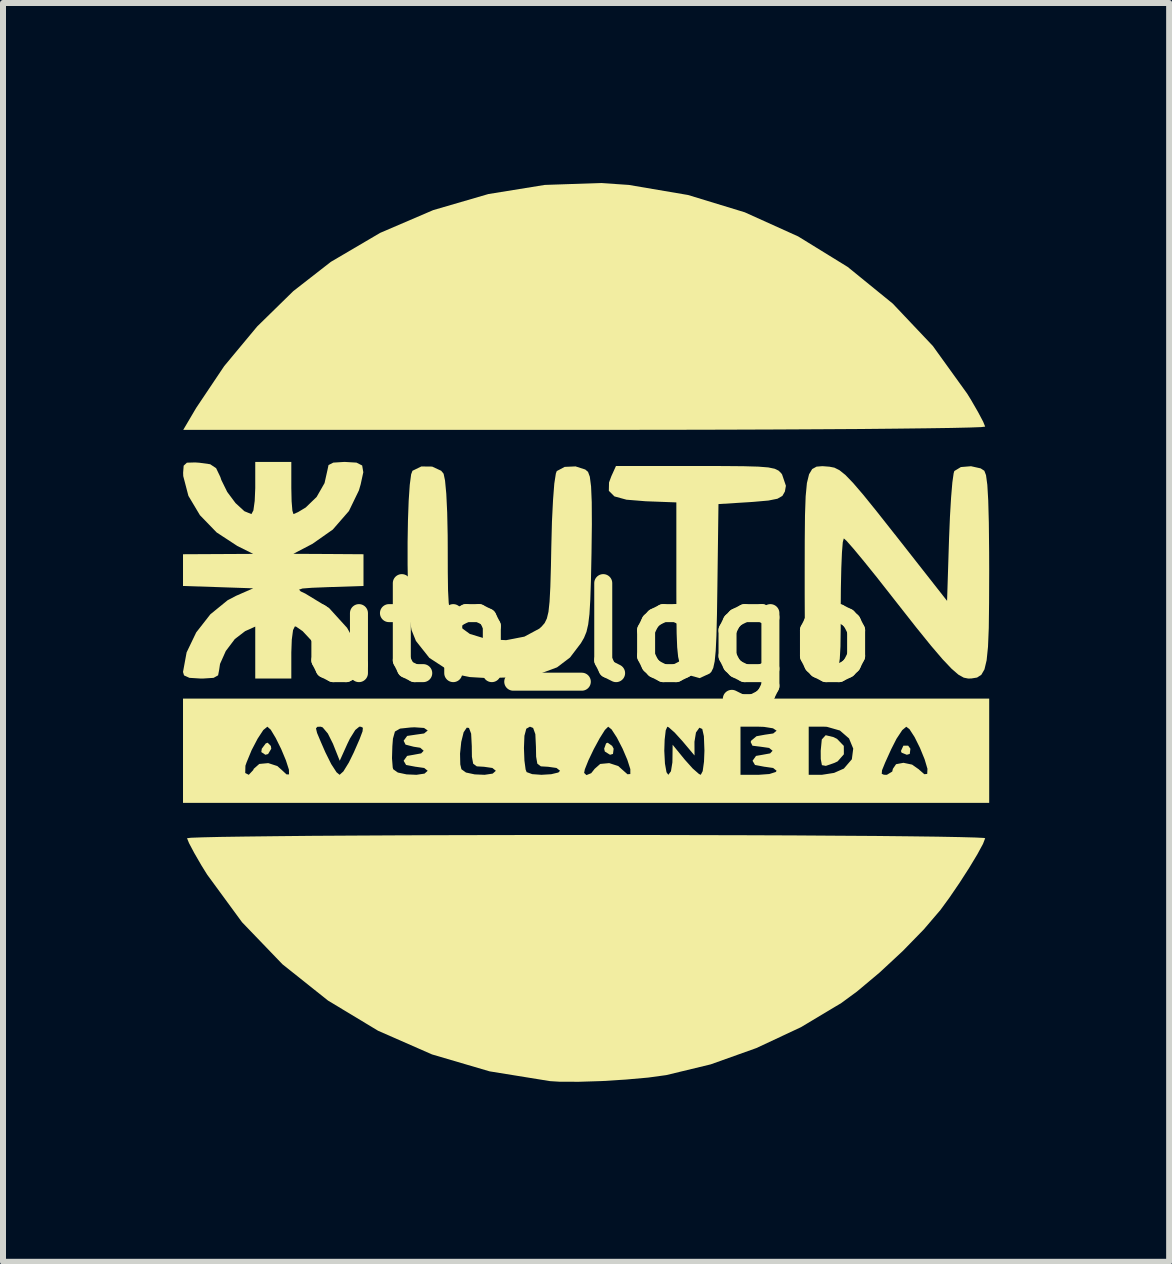
<source format=kicad_pcb>
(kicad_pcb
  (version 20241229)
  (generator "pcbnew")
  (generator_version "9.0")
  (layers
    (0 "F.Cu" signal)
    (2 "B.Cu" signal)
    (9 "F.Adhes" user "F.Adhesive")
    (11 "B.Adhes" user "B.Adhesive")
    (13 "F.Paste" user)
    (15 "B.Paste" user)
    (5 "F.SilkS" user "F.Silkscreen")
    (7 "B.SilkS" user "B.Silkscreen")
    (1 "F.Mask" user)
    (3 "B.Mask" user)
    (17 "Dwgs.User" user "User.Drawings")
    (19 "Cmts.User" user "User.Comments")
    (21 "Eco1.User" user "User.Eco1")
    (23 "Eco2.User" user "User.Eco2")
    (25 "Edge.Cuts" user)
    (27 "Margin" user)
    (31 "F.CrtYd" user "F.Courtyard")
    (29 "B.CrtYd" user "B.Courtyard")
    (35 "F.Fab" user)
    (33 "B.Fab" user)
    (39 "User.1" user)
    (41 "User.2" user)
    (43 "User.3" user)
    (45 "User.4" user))
  (footprint "utn_logo"
    (layer "F.Cu")
    (at 6.718 7.49)
    (property "Reference" "utn_logo" (at 0 0 0) (layer "F.SilkS") (effects (font (size 1.5 1.5) (thickness 0.3))))
    (attr board_only exclude_from_pos_files exclude_from_bom)
    (fp_poly (pts (xy 5.367 1.887) (xy 5.405 1.939) (xy 5.394 2.025) (xy 5.345 2.039) (xy 5.258 2.004) (xy 5.247 1.976) (xy 5.288 1.887)) (stroke (width 0) (type solid)) (fill yes) (layer "F.SilkS"))
    (fp_poly (pts (xy -5.254 1.892) (xy -5.247 1.938) (xy -5.3 2.027) (xy -5.345 2.039) (xy -5.413 1.994) (xy -5.405 1.938) (xy -5.339 1.85) (xy -5.307 1.838)) (stroke (width 0) (type solid)) (fill yes) (layer "F.SilkS"))
    (fp_poly (pts (xy 0.434 1.891) (xy 0.459 1.938) (xy 0.448 2.025) (xy 0.399 2.039) (xy 0.312 1.985) (xy 0.301 1.938) (xy 0.333 1.849) (xy 0.36 1.838)) (stroke (width 0) (type solid)) (fill yes) (layer "F.SilkS"))
    (fp_poly (pts (xy 4.124 1.745) (xy 4.182 1.774) (xy 4.295 1.891) (xy 4.296 2.031) (xy 4.192 2.149) (xy 4.14 2.174) (xy 3.996 2.224) (xy 3.93 2.212) (xy 3.911 2.11) (xy 3.91 1.972) (xy 3.928 1.784) (xy 3.993 1.713)) (stroke (width 0) (type solid)) (fill yes) (layer "F.SilkS"))
    (fp_poly (pts (xy 0.712 -7.458) (xy 1.7 -7.29) (xy 2.644 -7.002) (xy 3.534 -6.6) (xy 4.36 -6.091) (xy 5.111 -5.48) (xy 5.778 -4.775) (xy 6.35 -3.981) (xy 6.412 -3.881) (xy 6.531 -3.675) (xy 6.617 -3.513) (xy 6.651 -3.43) (xy 6.651 -3.43) (xy 6.585 -3.422) (xy 6.395 -3.415) (xy 6.089 -3.408) (xy 5.677 -3.402) (xy 5.166 -3.396) (xy 4.567 -3.39) (xy 3.887 -3.386) (xy 3.137 -3.382) (xy 2.324 -3.379) (xy 1.458 -3.377) (xy 0.548 -3.376) (xy -0.032 -3.376) (xy -6.714 -3.376) (xy -6.499 -3.741) (xy -6.031 -4.439) (xy -5.482 -5.099) (xy -4.879 -5.689) (xy -4.254 -6.176) (xy -3.432 -6.659) (xy -2.549 -7.038) (xy -1.629 -7.306) (xy -0.69 -7.458) (xy 0.245 -7.49)) (stroke (width 0) (type solid)) (fill yes) (layer "F.SilkS"))
    (fp_poly (pts (xy 2.288 -2.773) (xy 2.627 -2.77) (xy 2.871 -2.763) (xy 3.036 -2.75) (xy 3.142 -2.728) (xy 3.207 -2.697) (xy 3.25 -2.655) (xy 3.266 -2.633) (xy 3.33 -2.444) (xy 3.313 -2.348) (xy 3.271 -2.275) (xy 3.189 -2.228) (xy 3.039 -2.198) (xy 2.79 -2.176) (xy 2.733 -2.172) (xy 2.206 -2.139) (xy 2.188 -0.769) (xy 2.181 -0.3) (xy 2.172 0.053) (xy 2.16 0.308) (xy 2.143 0.482) (xy 2.119 0.592) (xy 2.087 0.657) (xy 2.059 0.685) (xy 1.892 0.762) (xy 1.736 0.718) (xy 1.638 0.635) (xy 1.592 0.581) (xy 1.558 0.511) (xy 1.534 0.407) (xy 1.518 0.248) (xy 1.509 0.016) (xy 1.505 -0.308) (xy 1.504 -0.744) (xy 1.504 -0.833) (xy 1.504 -2.167) (xy 0.993 -2.186) (xy 0.673 -2.212) (xy 0.472 -2.267) (xy 0.379 -2.36) (xy 0.382 -2.499) (xy 0.42 -2.602) (xy 0.498 -2.774) (xy 1.833 -2.774)) (stroke (width 0) (type solid)) (fill yes) (layer "F.SilkS"))
    (fp_poly (pts (xy 0.93 3.376) (xy 1.822 3.378) (xy 2.666 3.38) (xy 3.454 3.383) (xy 4.176 3.388) (xy 4.823 3.392) (xy 5.387 3.398) (xy 5.859 3.404) (xy 6.228 3.411) (xy 6.488 3.418) (xy 6.628 3.425) (xy 6.651 3.43) (xy 6.615 3.524) (xy 6.52 3.699) (xy 6.383 3.926) (xy 6.222 4.176) (xy 6.054 4.422) (xy 5.905 4.626) (xy 5.627 4.951) (xy 5.276 5.311) (xy 4.892 5.668) (xy 4.514 5.985) (xy 4.254 6.176) (xy 3.579 6.58) (xy 2.838 6.927) (xy 2.076 7.199) (xy 1.339 7.377) (xy 1.334 7.378) (xy 1.034 7.419) (xy 0.663 7.452) (xy 0.263 7.477) (xy -0.12 7.489) (xy -0.443 7.488) (xy -0.602 7.478) (xy -1.609 7.315) (xy -2.568 7.033) (xy -3.468 6.638) (xy -4.302 6.135) (xy -5.06 5.531) (xy -5.734 4.83) (xy -6.315 4.037) (xy -6.412 3.881) (xy -6.531 3.675) (xy -6.617 3.513) (xy -6.651 3.43) (xy -6.651 3.43) (xy -6.585 3.422) (xy -6.395 3.415) (xy -6.09 3.408) (xy -5.677 3.402) (xy -5.167 3.396) (xy -4.567 3.39) (xy -3.888 3.386) (xy -3.138 3.382) (xy -2.327 3.379) (xy -1.462 3.377) (xy -0.553 3.376) (xy -0.000001 3.376)) (stroke (width 0) (type solid)) (fill yes) (layer "F.SilkS"))
    (fp_poly (pts (xy -0.014 -2.715) (xy 0.032 -2.676) (xy 0.062 -2.595) (xy 0.083 -2.431) (xy 0.094 -2.171) (xy 0.096 -1.803) (xy 0.09 -1.322) (xy 0.081 -0.879) (xy 0.07 -0.547) (xy 0.056 -0.306) (xy 0.035 -0.134) (xy 0.006 -0.009) (xy -0.035 0.091) (xy -0.087 0.18) (xy -0.268 0.418) (xy -0.484 0.582) (xy -0.761 0.685) (xy -1.127 0.739) (xy -1.369 0.753) (xy -1.7 0.758) (xy -1.937 0.744) (xy -2.116 0.708) (xy -2.273 0.646) (xy -2.612 0.425) (xy -2.836 0.142) (xy -2.909 -0.039) (xy -2.936 -0.198) (xy -2.955 -0.45) (xy -2.969 -0.769) (xy -2.975 -1.129) (xy -2.975 -1.503) (xy -2.969 -1.867) (xy -2.957 -2.194) (xy -2.939 -2.459) (xy -2.916 -2.635) (xy -2.894 -2.694) (xy -2.746 -2.766) (xy -2.566 -2.764) (xy -2.415 -2.694) (xy -2.375 -2.645) (xy -2.351 -2.532) (xy -2.33 -2.309) (xy -2.315 -1.997) (xy -2.307 -1.619) (xy -2.306 -1.412) (xy -2.305 -1.002) (xy -2.301 -0.703) (xy -2.29 -0.494) (xy -2.27 -0.352) (xy -2.239 -0.255) (xy -2.194 -0.18) (xy -2.156 -0.134) (xy -1.938 0.025) (xy -1.649 0.113) (xy -1.332 0.129) (xy -1.028 0.07) (xy -0.78 -0.063) (xy -0.742 -0.097) (xy -0.691 -0.156) (xy -0.654 -0.232) (xy -0.627 -0.344) (xy -0.609 -0.513) (xy -0.596 -0.76) (xy -0.586 -1.106) (xy -0.58 -1.421) (xy -0.569 -1.85) (xy -0.551 -2.209) (xy -0.53 -2.481) (xy -0.504 -2.648) (xy -0.489 -2.689) (xy -0.357 -2.759) (xy -0.176 -2.767)) (stroke (width 0) (type solid)) (fill yes) (layer "F.SilkS"))
    (fp_poly (pts (xy 4.056 -2.762) (xy 4.138 -2.746) (xy 4.222 -2.704) (xy 4.322 -2.624) (xy 4.45 -2.491) (xy 4.62 -2.293) (xy 4.844 -2.016) (xy 5.136 -1.646) (xy 5.147 -1.633) (xy 6.016 -0.526) (xy 6.049 -1.566) (xy 6.064 -1.93) (xy 6.083 -2.25) (xy 6.104 -2.5) (xy 6.126 -2.655) (xy 6.137 -2.69) (xy 6.246 -2.756) (xy 6.415 -2.77) (xy 6.576 -2.734) (xy 6.637 -2.694) (xy 6.665 -2.621) (xy 6.687 -2.458) (xy 6.702 -2.197) (xy 6.712 -1.826) (xy 6.717 -1.337) (xy 6.718 -1.027) (xy 6.716 -0.491) (xy 6.711 -0.073) (xy 6.698 0.241) (xy 6.675 0.465) (xy 6.639 0.616) (xy 6.587 0.706) (xy 6.516 0.752) (xy 6.424 0.767) (xy 6.37 0.769) (xy 6.294 0.754) (xy 6.205 0.704) (xy 6.091 0.605) (xy 5.942 0.448) (xy 5.748 0.221) (xy 5.498 -0.088) (xy 5.182 -0.49) (xy 5.08 -0.62) (xy 4.841 -0.924) (xy 4.629 -1.187) (xy 4.458 -1.393) (xy 4.341 -1.526) (xy 4.295 -1.567) (xy 4.278 -1.505) (xy 4.264 -1.332) (xy 4.253 -1.068) (xy 4.246 -0.737) (xy 4.244 -0.47) (xy 4.243 -0.061) (xy 4.239 0.234) (xy 4.228 0.437) (xy 4.21 0.566) (xy 4.181 0.642) (xy 4.14 0.685) (xy 4.115 0.699) (xy 3.965 0.76) (xy 3.839 0.738) (xy 3.76 0.696) (xy 3.723 0.665) (xy 3.695 0.608) (xy 3.674 0.51) (xy 3.66 0.354) (xy 3.651 0.123) (xy 3.645 -0.197) (xy 3.643 -0.623) (xy 3.643 -0.998) (xy 3.644 -1.535) (xy 3.648 -1.953) (xy 3.659 -2.266) (xy 3.68 -2.489) (xy 3.716 -2.636) (xy 3.768 -2.723) (xy 3.841 -2.763) (xy 3.938 -2.771)) (stroke (width 0) (type solid)) (fill yes) (layer "F.SilkS"))
    (fp_poly (pts (xy -4.913 -2.406) (xy -4.908 -2.185) (xy -4.895 -2.029) (xy -4.877 -1.972) (xy -4.801 -2.005) (xy -4.673 -2.082) (xy -4.491 -2.258) (xy -4.359 -2.489) (xy -4.311 -2.704) (xy -4.293 -2.789) (xy -4.214 -2.83) (xy -4.04 -2.841) (xy -4.011 -2.841) (xy -3.827 -2.83) (xy -3.732 -2.782) (xy -3.713 -2.67) (xy -3.757 -2.468) (xy -3.786 -2.368) (xy -3.953 -2.023) (xy -4.222 -1.714) (xy -4.564 -1.474) (xy -4.569 -1.472) (xy -4.879 -1.31) (xy -4.295 -1.307) (xy -3.71 -1.303) (xy -3.71 -1.039) (xy -3.71 -0.774) (xy -4.295 -0.755) (xy -4.57 -0.744) (xy -4.727 -0.732) (xy -4.784 -0.713) (xy -4.757 -0.684) (xy -4.679 -0.647) (xy -4.283 -0.406) (xy -3.984 -0.077) (xy -3.87 0.126) (xy -3.781 0.344) (xy -3.723 0.535) (xy -3.71 0.618) (xy -3.725 0.711) (xy -3.795 0.756) (xy -3.953 0.768) (xy -4.011 0.769) (xy -4.196 0.762) (xy -4.284 0.728) (xy -4.31 0.647) (xy -4.311 0.602) (xy -4.352 0.475) (xy -4.454 0.303) (xy -4.588 0.125) (xy -4.724 -0.021) (xy -4.834 -0.097) (xy -4.854 -0.1) (xy -4.884 -0.039) (xy -4.905 0.12) (xy -4.913 0.334) (xy -4.913 0.769) (xy -5.214 0.769) (xy -5.514 0.769) (xy -5.514 0.336) (xy -5.514 -0.097) (xy -5.683 -0.021) (xy -5.854 0.11) (xy -6.005 0.31) (xy -6.101 0.525) (xy -6.116 0.626) (xy -6.133 0.715) (xy -6.208 0.757) (xy -6.375 0.768) (xy -6.417 0.769) (xy -6.611 0.757) (xy -6.701 0.716) (xy -6.718 0.659) (xy -6.658 0.333) (xy -6.498 0.000031) (xy -6.262 -0.302) (xy -5.975 -0.536) (xy -5.834 -0.61) (xy -5.548 -0.735) (xy -6.133 -0.755) (xy -6.718 -0.774) (xy -6.718 -1.039) (xy -6.718 -1.303) (xy -6.133 -1.306) (xy -5.548 -1.309) (xy -5.813 -1.441) (xy -6.157 -1.666) (xy -6.436 -1.954) (xy -6.628 -2.276) (xy -6.714 -2.605) (xy -6.716 -2.661) (xy -6.707 -2.779) (xy -6.653 -2.829) (xy -6.517 -2.833) (xy -6.444 -2.828) (xy -6.265 -2.803) (xy -6.166 -2.737) (xy -6.096 -2.591) (xy -6.079 -2.54) (xy -5.981 -2.341) (xy -5.843 -2.156) (xy -5.695 -2.02) (xy -5.578 -1.972) (xy -5.545 -2.033) (xy -5.523 -2.192) (xy -5.514 -2.406) (xy -5.514 -2.841) (xy -5.214 -2.841) (xy -4.913 -2.841)) (stroke (width 0) (type solid)) (fill yes) (layer "F.SilkS"))
    (fp_poly (pts (xy 6.718 1.972) (xy 6.718 2.841) (xy -0.000001 2.841) (xy -6.718 2.841) (xy -6.718 2.343) (xy -5.681 2.343) (xy -5.622 2.373) (xy -5.548 2.294) (xy -5.539 2.273) (xy -5.447 2.192) (xy -5.297 2.178) (xy -5.146 2.227) (xy -5.076 2.289) (xy -4.993 2.366) (xy -4.951 2.366) (xy -4.953 2.287) (xy -5.003 2.132) (xy -5.082 1.943) (xy -5.173 1.759) (xy -5.256 1.621) (xy -5.281 1.599) (xy -4.502 1.599) (xy -4.484 1.675) (xy -4.42 1.827) (xy -4.346 1.997) (xy -4.248 2.194) (xy -4.159 2.331) (xy -4.108 2.373) (xy -4.045 2.316) (xy -3.955 2.17) (xy -3.919 2.097) (xy -3.235 2.097) (xy -3.223 2.25) (xy -3.215 2.28) (xy -3.138 2.335) (xy -2.992 2.366) (xy -2.827 2.373) (xy -2.693 2.353) (xy -2.64 2.306) (xy -2.698 2.259) (xy -2.838 2.239) (xy -2.841 2.239) (xy -3 2.209) (xy -3.041 2.139) (xy -2.983 2.058) (xy -2.874 2.039) (xy -2.772 2.02) (xy -2.101 2.02) (xy -2.097 2.199) (xy -2.078 2.28) (xy -2.002 2.335) (xy -1.856 2.366) (xy -1.691 2.373) (xy -1.557 2.353) (xy -1.504 2.306) (xy -1.562 2.259) (xy -1.702 2.239) (xy -1.704 2.239) (xy -1.822 2.232) (xy -1.882 2.188) (xy -1.903 2.073) (xy -1.905 1.927) (xy -1.036 1.927) (xy -1.028 2.135) (xy -1.008 2.285) (xy -0.991 2.328) (xy -0.898 2.362) (xy -0.744 2.373) (xy -0.581 2.363) (xy -0.49 2.341) (xy -0.033 2.341) (xy 0.006 2.378) (xy 0.085 2.346) (xy 0.143 2.273) (xy 0.235 2.192) (xy 0.385 2.178) (xy 0.536 2.227) (xy 0.605 2.289) (xy 0.69 2.364) (xy 0.737 2.36) (xy 0.737 2.278) (xy 0.687 2.122) (xy 0.623 1.972) (xy 1.303 1.972) (xy 1.314 2.185) (xy 1.34 2.33) (xy 1.37 2.373) (xy 1.414 2.314) (xy 1.438 2.167) (xy 1.439 2.122) (xy 1.442 1.872) (xy 1.646 2.122) (xy 1.778 2.269) (xy 1.881 2.359) (xy 1.911 2.373) (xy 1.943 2.312) (xy 1.965 2.154) (xy 1.972 1.972) (xy 2.573 1.972) (xy 2.573 2.373) (xy 2.874 2.373) (xy 3.054 2.36) (xy 3.161 2.326) (xy 3.175 2.306) (xy 3.117 2.259) (xy 2.977 2.239) (xy 2.974 2.239) (xy 2.815 2.209) (xy 2.774 2.139) (xy 2.832 2.058) (xy 2.941 2.039) (xy 3.067 2.016) (xy 3.108 1.972) (xy 3.71 1.972) (xy 3.71 2.373) (xy 3.929 2.373) (xy 4.038 2.356) (xy 4.927 2.356) (xy 4.963 2.372) (xy 5.013 2.373) (xy 5.102 2.319) (xy 5.113 2.273) (xy 5.166 2.196) (xy 5.289 2.173) (xy 5.433 2.203) (xy 5.548 2.284) (xy 5.552 2.289) (xy 5.637 2.363) (xy 5.685 2.358) (xy 5.689 2.273) (xy 5.642 2.115) (xy 5.564 1.924) (xy 5.474 1.743) (xy 5.389 1.612) (xy 5.336 1.572) (xy 5.269 1.628) (xy 5.173 1.773) (xy 5.085 1.946) (xy 4.984 2.169) (xy 4.932 2.297) (xy 4.927 2.356) (xy 4.038 2.356) (xy 4.133 2.341) (xy 4.296 2.269) (xy 4.429 2.114) (xy 4.452 1.936) (xy 4.382 1.767) (xy 4.23 1.635) (xy 4.013 1.573) (xy 3.967 1.571) (xy 3.71 1.571) (xy 3.71 1.972) (xy 3.108 1.972) (xy 3.05 1.925) (xy 2.91 1.905) (xy 2.91 1.905) (xy 2.772 1.888) (xy 2.743 1.827) (xy 2.75 1.805) (xy 2.84 1.73) (xy 2.982 1.704) (xy 3.119 1.684) (xy 3.175 1.638) (xy 3.115 1.598) (xy 2.964 1.574) (xy 2.874 1.571) (xy 2.573 1.571) (xy 2.573 1.972) (xy 1.972 1.972) (xy 1.972 1.966) (xy 1.963 1.729) (xy 1.936 1.609) (xy 1.888 1.588) (xy 1.831 1.668) (xy 1.806 1.822) (xy 1.806 1.834) (xy 1.807 2.051) (xy 1.605 1.811) (xy 1.476 1.669) (xy 1.379 1.583) (xy 1.354 1.571) (xy 1.327 1.632) (xy 1.309 1.789) (xy 1.303 1.972) (xy 0.623 1.972) (xy 0.606 1.933) (xy 0.512 1.751) (xy 0.425 1.617) (xy 0.368 1.571) (xy 0.313 1.626) (xy 0.226 1.764) (xy 0.128 1.945) (xy 0.039 2.131) (xy -0.021 2.281) (xy -0.033 2.341) (xy -0.49 2.341) (xy -0.463 2.335) (xy -0.434 2.306) (xy -0.493 2.259) (xy -0.633 2.239) (xy -0.635 2.239) (xy -0.754 2.232) (xy -0.813 2.187) (xy -0.833 2.07) (xy -0.836 1.905) (xy -0.846 1.695) (xy -0.883 1.592) (xy -0.936 1.571) (xy -0.997 1.605) (xy -1.028 1.723) (xy -1.036 1.927) (xy -1.905 1.927) (xy -1.905 1.899) (xy -1.916 1.687) (xy -1.952 1.592) (xy -1.989 1.587) (xy -2.041 1.664) (xy -2.081 1.825) (xy -2.101 2.02) (xy -2.772 2.02) (xy -2.749 2.016) (xy -2.707 1.972) (xy -2.764 1.922) (xy -2.874 1.905) (xy -3.009 1.87) (xy -3.041 1.805) (xy -2.982 1.725) (xy -2.841 1.704) (xy -2.7 1.684) (xy -2.64 1.635) (xy -2.64 1.634) (xy -2.701 1.592) (xy -2.861 1.581) (xy -2.924 1.584) (xy -3.101 1.603) (xy -3.186 1.652) (xy -3.219 1.77) (xy -3.229 1.896) (xy -3.235 2.097) (xy -3.919 2.097) (xy -3.873 2.003) (xy -3.775 1.779) (xy -3.726 1.649) (xy -3.72 1.589) (xy -3.752 1.572) (xy -3.78 1.571) (xy -3.847 1.626) (xy -3.935 1.767) (xy -3.978 1.855) (xy -4.106 2.139) (xy -4.219 1.855) (xy -4.304 1.685) (xy -4.39 1.583) (xy -4.422 1.571) (xy -4.479 1.573) (xy -4.502 1.599) (xy -5.281 1.599) (xy -5.312 1.571) (xy -5.38 1.627) (xy -5.474 1.77) (xy -5.575 1.963) (xy -5.659 2.167) (xy -5.678 2.222) (xy -5.681 2.343) (xy -6.718 2.343) (xy -6.718 1.972) (xy -6.718 1.103) (xy -0.000001 1.103) (xy 6.718 1.103)) (stroke (width 0) (type solid)) (fill yes) (layer "F.SilkS")))
  (gr_rect
    (start -3 -3)
    (end 16.435 17.979)
    (stroke (width 0.1) (type default))
    (fill no)
    (layer "Edge.Cuts")))
</source>
